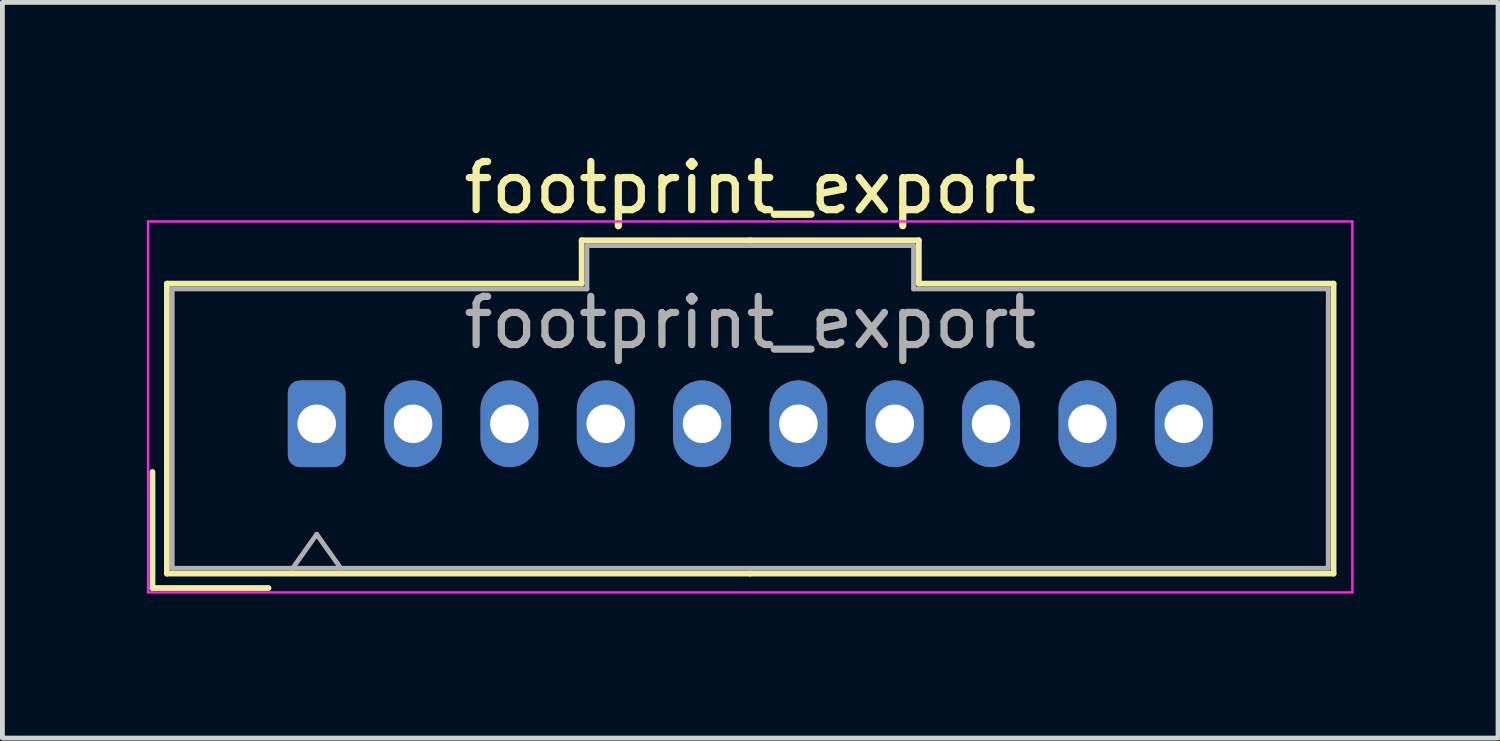
<source format=kicad_pcb>
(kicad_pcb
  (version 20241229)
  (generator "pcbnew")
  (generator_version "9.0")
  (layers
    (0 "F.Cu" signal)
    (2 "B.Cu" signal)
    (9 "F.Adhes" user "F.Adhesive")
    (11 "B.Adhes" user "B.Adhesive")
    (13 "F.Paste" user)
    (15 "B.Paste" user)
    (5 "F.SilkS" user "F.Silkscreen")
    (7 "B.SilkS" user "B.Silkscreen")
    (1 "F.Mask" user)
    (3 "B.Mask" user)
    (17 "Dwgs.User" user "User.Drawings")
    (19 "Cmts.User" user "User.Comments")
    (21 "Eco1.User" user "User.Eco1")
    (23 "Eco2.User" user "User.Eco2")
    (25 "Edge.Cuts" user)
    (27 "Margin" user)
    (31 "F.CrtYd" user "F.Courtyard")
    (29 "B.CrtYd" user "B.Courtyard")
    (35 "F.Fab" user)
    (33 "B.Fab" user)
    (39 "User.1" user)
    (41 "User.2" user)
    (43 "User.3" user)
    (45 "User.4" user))
  (footprint "footprint_export"
    (layer "F.Cu")
    (at 3.525 5.748)
    (property "Reference" "footprint_export" (at 9 -4.9 0) (layer "F.SilkS") (effects (font (size 1 1) (thickness 0.15))))
    (attr through_hole)
    (fp_line (start -3.41 1) (end -3.41 3.41) (stroke (width 0.12) (type solid)) (layer "F.SilkS"))
    (fp_line (start -3.41 3.41) (end -1 3.41) (stroke (width 0.12) (type solid)) (layer "F.SilkS"))
    (fp_line (start -3.11 -2.91) (end -3.11 3.11) (stroke (width 0.12) (type solid)) (layer "F.SilkS"))
    (fp_line (start -3.11 3.11) (end 9 3.11) (stroke (width 0.12) (type solid)) (layer "F.SilkS"))
    (fp_line (start 5.5 -3.81) (end 5.5 -2.91) (stroke (width 0.12) (type solid)) (layer "F.SilkS"))
    (fp_line (start 5.5 -2.91) (end -3.11 -2.91) (stroke (width 0.12) (type solid)) (layer "F.SilkS"))
    (fp_line (start 9 -3.81) (end 5.5 -3.81) (stroke (width 0.12) (type solid)) (layer "F.SilkS"))
    (fp_line (start 9 -3.81) (end 12.5 -3.81) (stroke (width 0.12) (type solid)) (layer "F.SilkS"))
    (fp_line (start 12.5 -3.81) (end 12.5 -2.91) (stroke (width 0.12) (type solid)) (layer "F.SilkS"))
    (fp_line (start 12.5 -2.91) (end 21.11 -2.91) (stroke (width 0.12) (type solid)) (layer "F.SilkS"))
    (fp_line (start 21.11 -2.91) (end 21.11 3.11) (stroke (width 0.12) (type solid)) (layer "F.SilkS"))
    (fp_line (start 21.11 3.11) (end 9 3.11) (stroke (width 0.12) (type solid)) (layer "F.SilkS"))
    (fp_line (start -3.5 -4.2) (end -3.5 3.5) (stroke (width 0.05) (type solid)) (layer "F.CrtYd"))
    (fp_line (start -3.5 3.5) (end 21.5 3.5) (stroke (width 0.05) (type solid)) (layer "F.CrtYd"))
    (fp_line (start 21.5 -4.2) (end -3.5 -4.2) (stroke (width 0.05) (type solid)) (layer "F.CrtYd"))
    (fp_line (start 21.5 3.5) (end 21.5 -4.2) (stroke (width 0.05) (type solid)) (layer "F.CrtYd"))
    (fp_line (start -3 -2.8) (end -3 3) (stroke (width 0.1) (type solid)) (layer "F.Fab"))
    (fp_line (start -3 3) (end 9 3) (stroke (width 0.1) (type solid)) (layer "F.Fab"))
    (fp_line (start -0.5 3) (end 0 2.293) (stroke (width 0.1) (type solid)) (layer "F.Fab"))
    (fp_line (start 0 2.293) (end 0.5 3) (stroke (width 0.1) (type solid)) (layer "F.Fab"))
    (fp_line (start 5.61 -3.7) (end 5.61 -2.8) (stroke (width 0.1) (type solid)) (layer "F.Fab"))
    (fp_line (start 5.61 -2.8) (end -3 -2.8) (stroke (width 0.1) (type solid)) (layer "F.Fab"))
    (fp_line (start 9 -3.7) (end 5.61 -3.7) (stroke (width 0.1) (type solid)) (layer "F.Fab"))
    (fp_line (start 9 -3.7) (end 12.39 -3.7) (stroke (width 0.1) (type solid)) (layer "F.Fab"))
    (fp_line (start 12.39 -3.7) (end 12.39 -2.8) (stroke (width 0.1) (type solid)) (layer "F.Fab"))
    (fp_line (start 12.39 -2.8) (end 21 -2.8) (stroke (width 0.1) (type solid)) (layer "F.Fab"))
    (fp_line (start 21 -2.8) (end 21 3) (stroke (width 0.1) (type solid)) (layer "F.Fab"))
    (fp_line (start 21 3) (end 9 3) (stroke (width 0.1) (type solid)) (layer "F.Fab"))
    (fp_text user "${REFERENCE}" (at 9 -2.1 0) (layer "F.Fab") (effects (font (size 1 1) (thickness 0.15))))
    (pad "1" thru_hole roundrect (at 0 0) (size 1.2 1.8) (drill 0.8) (layers "*.Cu" "*.Mask") (roundrect_rratio 0.208))
    (pad "2" thru_hole oval (at 2 0) (size 1.2 1.8) (drill 0.8) (layers "*.Cu" "*.Mask"))
    (pad "3" thru_hole oval (at 4 0) (size 1.2 1.8) (drill 0.8) (layers "*.Cu" "*.Mask"))
    (pad "4" thru_hole oval (at 6 0) (size 1.2 1.8) (drill 0.8) (layers "*.Cu" "*.Mask"))
    (pad "5" thru_hole oval (at 8 0) (size 1.2 1.8) (drill 0.8) (layers "*.Cu" "*.Mask"))
    (pad "6" thru_hole oval (at 10 0) (size 1.2 1.8) (drill 0.8) (layers "*.Cu" "*.Mask"))
    (pad "7" thru_hole oval (at 12 0) (size 1.2 1.8) (drill 0.8) (layers "*.Cu" "*.Mask"))
    (pad "8" thru_hole oval (at 14 0) (size 1.2 1.8) (drill 0.8) (layers "*.Cu" "*.Mask"))
    (pad "9" thru_hole oval (at 16 0) (size 1.2 1.8) (drill 0.8) (layers "*.Cu" "*.Mask"))
    (pad "10" thru_hole oval (at 18 0) (size 1.2 1.8) (drill 0.8) (layers "*.Cu" "*.Mask")))
  (gr_rect
    (start -3 -3)
    (end 28.05 12.273)
    (stroke (width 0.1) (type default))
    (fill no)
    (layer "Edge.Cuts")))
</source>
